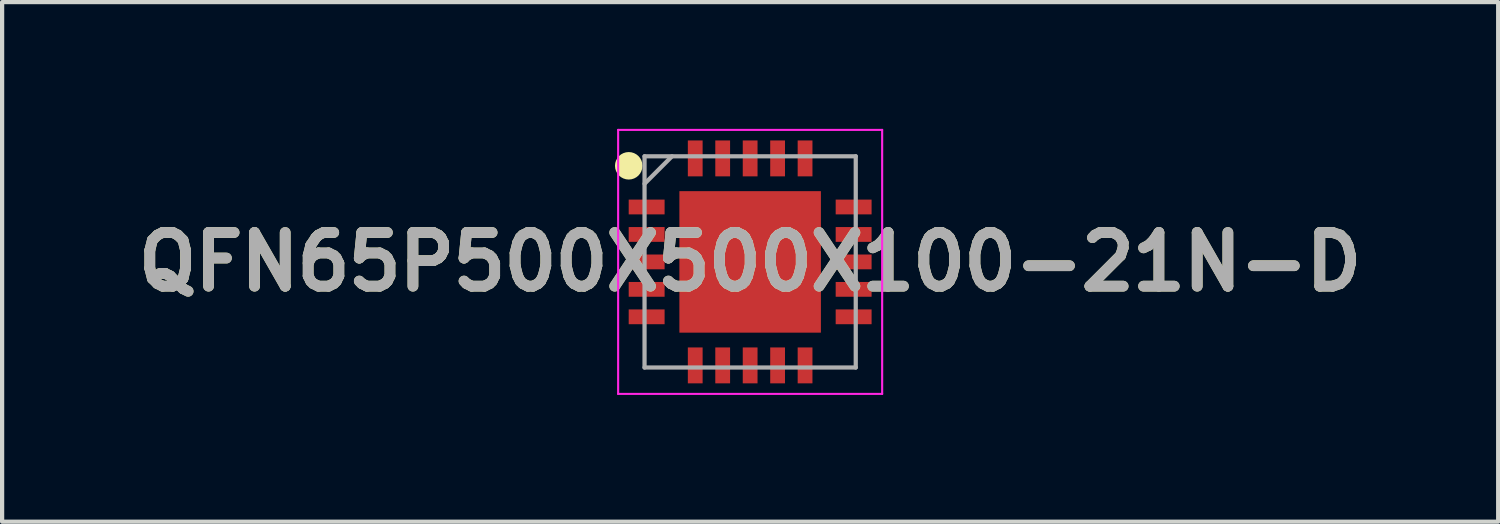
<source format=kicad_pcb>
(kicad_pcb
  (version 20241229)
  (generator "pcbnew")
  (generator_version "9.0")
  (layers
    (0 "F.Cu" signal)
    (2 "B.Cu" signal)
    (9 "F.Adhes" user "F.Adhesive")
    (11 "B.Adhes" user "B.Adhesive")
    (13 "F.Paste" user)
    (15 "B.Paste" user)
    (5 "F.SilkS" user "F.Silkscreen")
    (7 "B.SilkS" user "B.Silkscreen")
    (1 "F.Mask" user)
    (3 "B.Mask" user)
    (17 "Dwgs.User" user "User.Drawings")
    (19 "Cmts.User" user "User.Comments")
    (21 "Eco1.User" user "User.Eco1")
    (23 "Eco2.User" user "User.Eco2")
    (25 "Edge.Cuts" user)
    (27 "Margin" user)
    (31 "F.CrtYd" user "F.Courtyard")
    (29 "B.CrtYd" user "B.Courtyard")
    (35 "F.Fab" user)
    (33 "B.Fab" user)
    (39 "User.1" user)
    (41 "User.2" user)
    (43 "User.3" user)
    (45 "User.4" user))
  (footprint "QFN65P500X500X100-21N-D"
    (layer "F.Cu")
    (at 14.708 3.15)
    (property "Reference" "QFN65P500X500X100-21N-D" (at 0 0 0) (layer "F.SilkS") (effects (font (size 1.27 1.27) (thickness 0.254))))
    (attr smd)
    (fp_circle (center -2.874 -2.275) (end -2.874 -2.112) (stroke (width 0.325) (type solid)) (fill no) (layer "F.SilkS"))
    (fp_line (start -3.125 -3.125) (end 3.125 -3.125) (stroke (width 0.05) (type solid)) (layer "F.CrtYd"))
    (fp_line (start -3.125 3.125) (end -3.125 -3.125) (stroke (width 0.05) (type solid)) (layer "F.CrtYd"))
    (fp_line (start 3.125 -3.125) (end 3.125 3.125) (stroke (width 0.05) (type solid)) (layer "F.CrtYd"))
    (fp_line (start 3.125 3.125) (end -3.125 3.125) (stroke (width 0.05) (type solid)) (layer "F.CrtYd"))
    (fp_line (start -2.5 -2.5) (end 2.5 -2.5) (stroke (width 0.1) (type solid)) (layer "F.Fab"))
    (fp_line (start -2.5 -1.85) (end -1.85 -2.5) (stroke (width 0.1) (type solid)) (layer "F.Fab"))
    (fp_line (start -2.5 2.5) (end -2.5 -2.5) (stroke (width 0.1) (type solid)) (layer "F.Fab"))
    (fp_line (start 2.5 -2.5) (end 2.5 2.5) (stroke (width 0.1) (type solid)) (layer "F.Fab"))
    (fp_line (start 2.5 2.5) (end -2.5 2.5) (stroke (width 0.1) (type solid)) (layer "F.Fab"))
    (fp_text user "${REFERENCE}" (at 0 0 0) (layer "F.Fab") (effects (font (size 1.27 1.27) (thickness 0.254))))
    (pad "1" smd rect (at -2.45 -1.3 90) (size 0.35 0.85) (layers "F.Cu" "F.Mask" "F.Paste"))
    (pad "2" smd rect (at -2.45 -0.65 90) (size 0.35 0.85) (layers "F.Cu" "F.Mask" "F.Paste"))
    (pad "3" smd rect (at -2.45 0 90) (size 0.35 0.85) (layers "F.Cu" "F.Mask" "F.Paste"))
    (pad "4" smd rect (at -2.45 0.65 90) (size 0.35 0.85) (layers "F.Cu" "F.Mask" "F.Paste"))
    (pad "5" smd rect (at -2.45 1.3 90) (size 0.35 0.85) (layers "F.Cu" "F.Mask" "F.Paste"))
    (pad "6" smd rect (at -1.3 2.45) (size 0.35 0.85) (layers "F.Cu" "F.Mask" "F.Paste"))
    (pad "7" smd rect (at -0.65 2.45) (size 0.35 0.85) (layers "F.Cu" "F.Mask" "F.Paste"))
    (pad "8" smd rect (at 0 2.45) (size 0.35 0.85) (layers "F.Cu" "F.Mask" "F.Paste"))
    (pad "9" smd rect (at 0.65 2.45) (size 0.35 0.85) (layers "F.Cu" "F.Mask" "F.Paste"))
    (pad "10" smd rect (at 1.3 2.45) (size 0.35 0.85) (layers "F.Cu" "F.Mask" "F.Paste"))
    (pad "11" smd rect (at 2.45 1.3 90) (size 0.35 0.85) (layers "F.Cu" "F.Mask" "F.Paste"))
    (pad "12" smd rect (at 2.45 0.65 90) (size 0.35 0.85) (layers "F.Cu" "F.Mask" "F.Paste"))
    (pad "13" smd rect (at 2.45 0 90) (size 0.35 0.85) (layers "F.Cu" "F.Mask" "F.Paste"))
    (pad "14" smd rect (at 2.45 -0.65 90) (size 0.35 0.85) (layers "F.Cu" "F.Mask" "F.Paste"))
    (pad "15" smd rect (at 2.45 -1.3 90) (size 0.35 0.85) (layers "F.Cu" "F.Mask" "F.Paste"))
    (pad "16" smd rect (at 1.3 -2.45) (size 0.35 0.85) (layers "F.Cu" "F.Mask" "F.Paste"))
    (pad "17" smd rect (at 0.65 -2.45) (size 0.35 0.85) (layers "F.Cu" "F.Mask" "F.Paste"))
    (pad "18" smd rect (at 0 -2.45) (size 0.35 0.85) (layers "F.Cu" "F.Mask" "F.Paste"))
    (pad "19" smd rect (at -0.65 -2.45) (size 0.35 0.85) (layers "F.Cu" "F.Mask" "F.Paste"))
    (pad "20" smd rect (at -1.3 -2.45) (size 0.35 0.85) (layers "F.Cu" "F.Mask" "F.Paste"))
    (pad "21" smd rect (at 0 0) (size 3.35 3.35) (layers "F.Cu" "F.Mask" "F.Paste")))
  (gr_rect
    (start -3 -3)
    (end 32.416 9.3)
    (stroke (width 0.1) (type default))
    (fill no)
    (layer "Edge.Cuts")))
</source>
